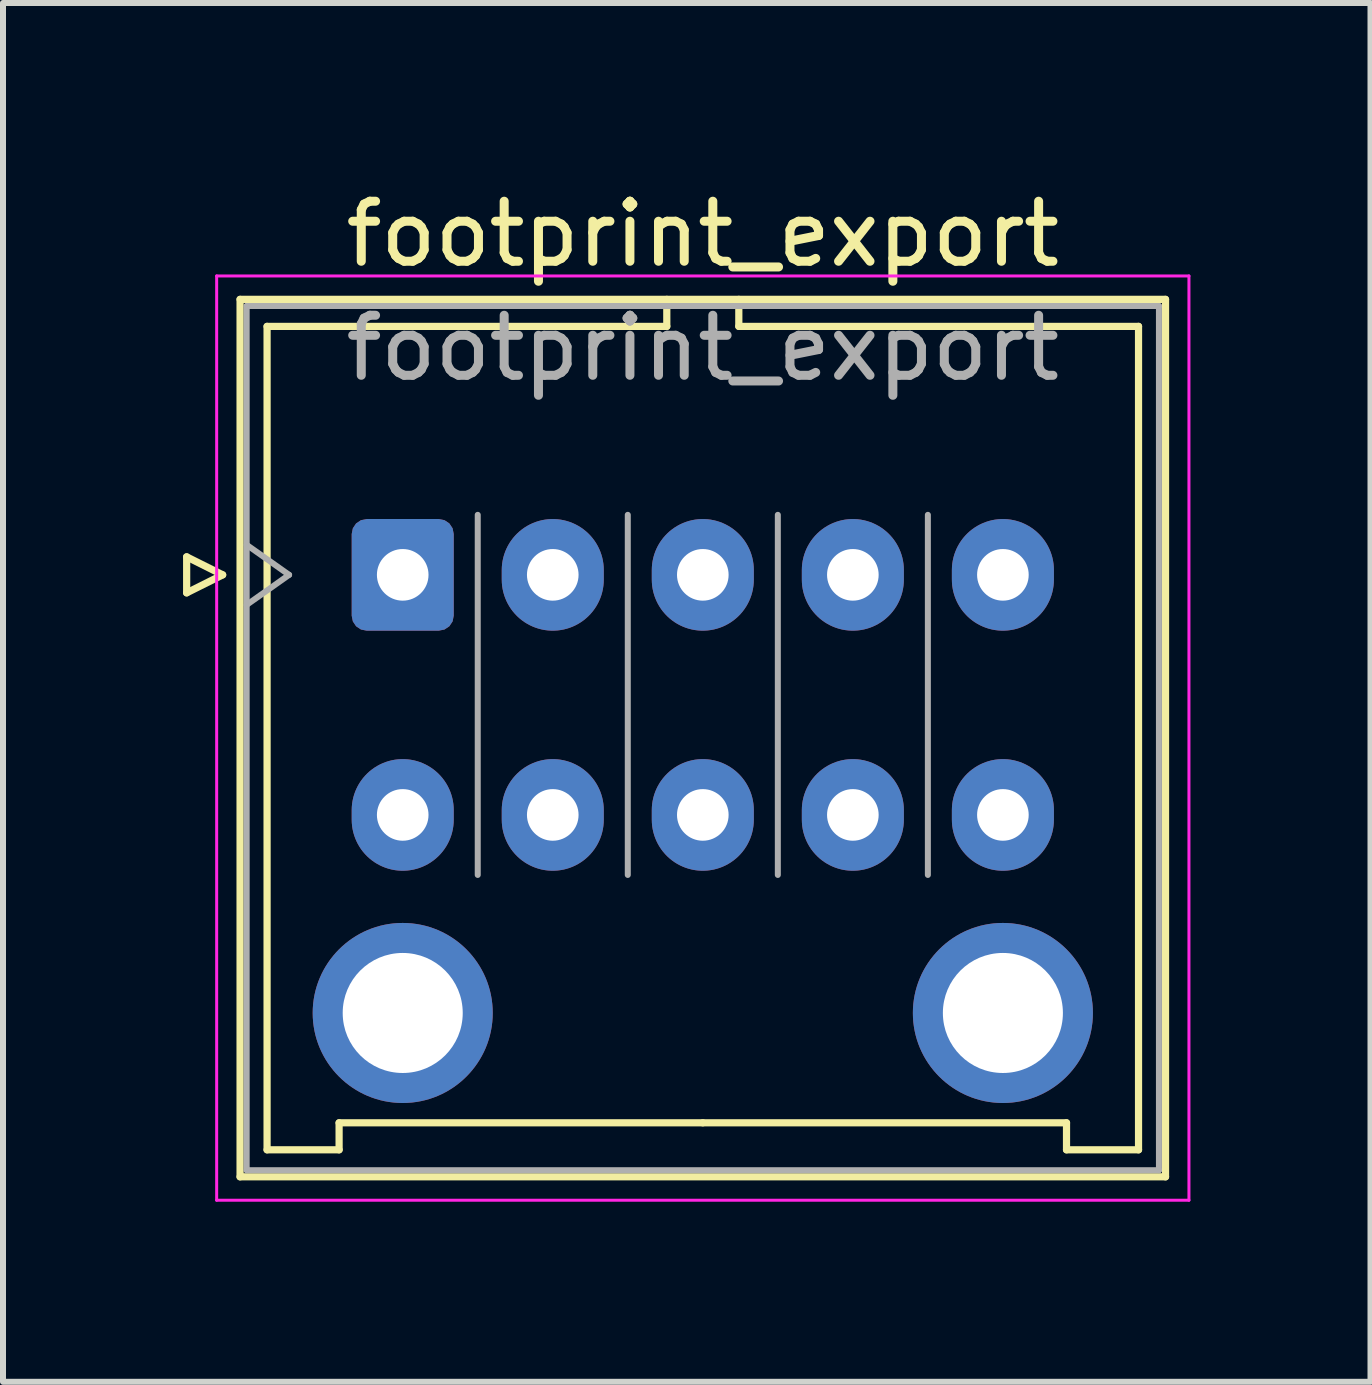
<source format=kicad_pcb>
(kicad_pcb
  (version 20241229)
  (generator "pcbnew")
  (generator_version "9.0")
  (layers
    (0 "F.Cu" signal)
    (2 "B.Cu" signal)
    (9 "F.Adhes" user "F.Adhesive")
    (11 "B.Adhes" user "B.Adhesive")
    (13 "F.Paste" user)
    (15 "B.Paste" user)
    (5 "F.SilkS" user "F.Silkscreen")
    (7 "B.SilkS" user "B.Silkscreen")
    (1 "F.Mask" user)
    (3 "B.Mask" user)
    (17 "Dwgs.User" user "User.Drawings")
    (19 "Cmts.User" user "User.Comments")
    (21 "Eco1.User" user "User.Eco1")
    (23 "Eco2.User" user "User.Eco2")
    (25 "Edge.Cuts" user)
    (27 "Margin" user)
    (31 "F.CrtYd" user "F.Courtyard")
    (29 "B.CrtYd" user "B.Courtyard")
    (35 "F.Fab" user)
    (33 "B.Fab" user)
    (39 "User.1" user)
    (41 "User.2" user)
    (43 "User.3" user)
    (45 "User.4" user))
  (footprint "footprint_export"
    (layer "F.Cu")
    (at 3.66 6.528)
    (property "Reference" "footprint_export" (at 5 -5.68 0) (layer "F.SilkS") (effects (font (size 1 1) (thickness 0.15))))
    (attr through_hole)
    (fp_line (start -3.6 -0.3) (end -3 0) (stroke (width 0.12) (type solid)) (layer "F.SilkS"))
    (fp_line (start -3.6 0.3) (end -3.6 -0.3) (stroke (width 0.12) (type solid)) (layer "F.SilkS"))
    (fp_line (start -3 0) (end -3.6 0.3) (stroke (width 0.12) (type solid)) (layer "F.SilkS"))
    (fp_line (start -2.71 -4.59) (end -2.71 10.03) (stroke (width 0.12) (type solid)) (layer "F.SilkS"))
    (fp_line (start -2.71 10.03) (end 12.71 10.03) (stroke (width 0.12) (type solid)) (layer "F.SilkS"))
    (fp_line (start -2.26 -4.14) (end -2.26 9.58) (stroke (width 0.12) (type solid)) (layer "F.SilkS"))
    (fp_line (start -2.26 9.58) (end -1.06 9.58) (stroke (width 0.12) (type solid)) (layer "F.SilkS"))
    (fp_line (start -1.06 9.13) (end 5 9.13) (stroke (width 0.12) (type solid)) (layer "F.SilkS"))
    (fp_line (start -1.06 9.58) (end -1.06 9.13) (stroke (width 0.12) (type solid)) (layer "F.SilkS"))
    (fp_line (start 4.4 -4.59) (end 4.4 -4.14) (stroke (width 0.12) (type solid)) (layer "F.SilkS"))
    (fp_line (start 4.4 -4.14) (end -2.26 -4.14) (stroke (width 0.12) (type solid)) (layer "F.SilkS"))
    (fp_line (start 5.6 -4.59) (end 5.6 -4.14) (stroke (width 0.12) (type solid)) (layer "F.SilkS"))
    (fp_line (start 5.6 -4.14) (end 12.26 -4.14) (stroke (width 0.12) (type solid)) (layer "F.SilkS"))
    (fp_line (start 11.06 9.13) (end 5 9.13) (stroke (width 0.12) (type solid)) (layer "F.SilkS"))
    (fp_line (start 11.06 9.58) (end 11.06 9.13) (stroke (width 0.12) (type solid)) (layer "F.SilkS"))
    (fp_line (start 12.26 -4.14) (end 12.26 9.58) (stroke (width 0.12) (type solid)) (layer "F.SilkS"))
    (fp_line (start 12.26 9.58) (end 11.06 9.58) (stroke (width 0.12) (type solid)) (layer "F.SilkS"))
    (fp_line (start 12.71 -4.59) (end -2.71 -4.59) (stroke (width 0.12) (type solid)) (layer "F.SilkS"))
    (fp_line (start 12.71 10.03) (end 12.71 -4.59) (stroke (width 0.12) (type solid)) (layer "F.SilkS"))
    (fp_line (start -3.1 -4.98) (end -3.1 10.42) (stroke (width 0.05) (type solid)) (layer "F.CrtYd"))
    (fp_line (start -3.1 10.42) (end 13.1 10.42) (stroke (width 0.05) (type solid)) (layer "F.CrtYd"))
    (fp_line (start 13.1 -4.98) (end -3.1 -4.98) (stroke (width 0.05) (type solid)) (layer "F.CrtYd"))
    (fp_line (start 13.1 10.42) (end 13.1 -4.98) (stroke (width 0.05) (type solid)) (layer "F.CrtYd"))
    (fp_line (start -2.6 -4.48) (end -2.6 9.92) (stroke (width 0.1) (type solid)) (layer "F.Fab"))
    (fp_line (start -2.6 0.5) (end -1.893 0) (stroke (width 0.1) (type solid)) (layer "F.Fab"))
    (fp_line (start -2.6 9.92) (end 12.6 9.92) (stroke (width 0.1) (type solid)) (layer "F.Fab"))
    (fp_line (start -1.893 0) (end -2.6 -0.5) (stroke (width 0.1) (type solid)) (layer "F.Fab"))
    (fp_line (start 1.25 5) (end 1.25 -1) (stroke (width 0.1) (type solid)) (layer "F.Fab"))
    (fp_line (start 3.75 5) (end 3.75 -1) (stroke (width 0.1) (type solid)) (layer "F.Fab"))
    (fp_line (start 6.25 5) (end 6.25 -1) (stroke (width 0.1) (type solid)) (layer "F.Fab"))
    (fp_line (start 8.75 5) (end 8.75 -1) (stroke (width 0.1) (type solid)) (layer "F.Fab"))
    (fp_line (start 12.6 -4.48) (end -2.6 -4.48) (stroke (width 0.1) (type solid)) (layer "F.Fab"))
    (fp_line (start 12.6 9.92) (end 12.6 -4.48) (stroke (width 0.1) (type solid)) (layer "F.Fab"))
    (fp_text user "${REFERENCE}" (at 5 -3.78 0) (layer "F.Fab") (effects (font (size 1 1) (thickness 0.15))))
    (pad "" thru_hole circle (at 0 7.3) (size 3 3) (drill 2) (layers "*.Cu" "*.Mask"))
    (pad "" thru_hole circle (at 10 7.3) (size 3 3) (drill 2) (layers "*.Cu" "*.Mask"))
    (pad "1" thru_hole roundrect (at 0 0) (size 1.7 1.86) (drill 0.86) (layers "*.Cu" "*.Mask") (roundrect_rratio 0.147))
    (pad "2" thru_hole oval (at 2.5 0) (size 1.7 1.86) (drill 0.86) (layers "*.Cu" "*.Mask"))
    (pad "3" thru_hole oval (at 5 0) (size 1.7 1.86) (drill 0.86) (layers "*.Cu" "*.Mask"))
    (pad "4" thru_hole oval (at 7.5 0) (size 1.7 1.86) (drill 0.86) (layers "*.Cu" "*.Mask"))
    (pad "5" thru_hole oval (at 10 0) (size 1.7 1.86) (drill 0.86) (layers "*.Cu" "*.Mask"))
    (pad "6" thru_hole oval (at 0 4) (size 1.7 1.86) (drill 0.86) (layers "*.Cu" "*.Mask"))
    (pad "7" thru_hole oval (at 2.5 4) (size 1.7 1.86) (drill 0.86) (layers "*.Cu" "*.Mask"))
    (pad "8" thru_hole oval (at 5 4) (size 1.7 1.86) (drill 0.86) (layers "*.Cu" "*.Mask"))
    (pad "9" thru_hole oval (at 7.5 4) (size 1.7 1.86) (drill 0.86) (layers "*.Cu" "*.Mask"))
    (pad "10" thru_hole oval (at 10 4) (size 1.7 1.86) (drill 0.86) (layers "*.Cu" "*.Mask")))
  (gr_rect
    (start -3 -3)
    (end 19.785 19.973)
    (stroke (width 0.1) (type default))
    (fill no)
    (layer "Edge.Cuts")))
</source>
